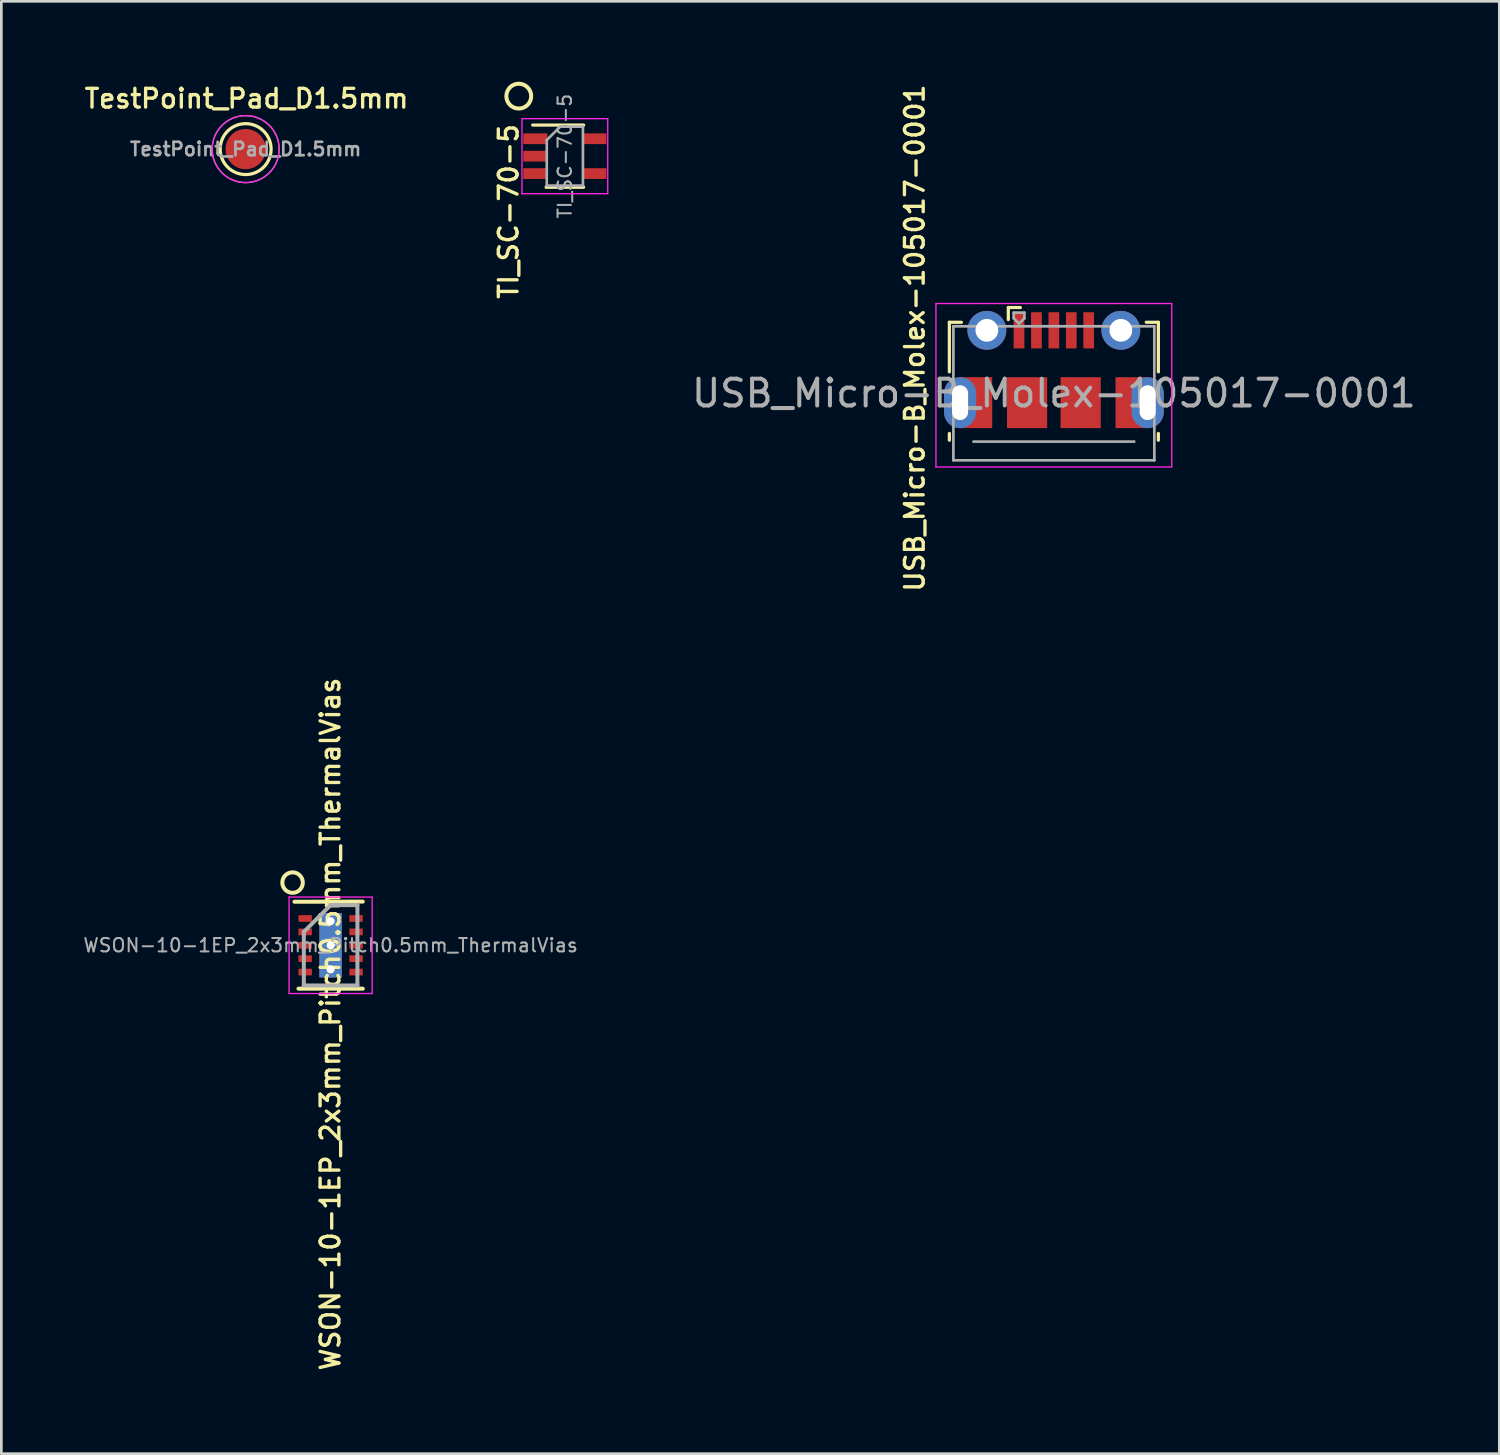
<source format=kicad_pcb>
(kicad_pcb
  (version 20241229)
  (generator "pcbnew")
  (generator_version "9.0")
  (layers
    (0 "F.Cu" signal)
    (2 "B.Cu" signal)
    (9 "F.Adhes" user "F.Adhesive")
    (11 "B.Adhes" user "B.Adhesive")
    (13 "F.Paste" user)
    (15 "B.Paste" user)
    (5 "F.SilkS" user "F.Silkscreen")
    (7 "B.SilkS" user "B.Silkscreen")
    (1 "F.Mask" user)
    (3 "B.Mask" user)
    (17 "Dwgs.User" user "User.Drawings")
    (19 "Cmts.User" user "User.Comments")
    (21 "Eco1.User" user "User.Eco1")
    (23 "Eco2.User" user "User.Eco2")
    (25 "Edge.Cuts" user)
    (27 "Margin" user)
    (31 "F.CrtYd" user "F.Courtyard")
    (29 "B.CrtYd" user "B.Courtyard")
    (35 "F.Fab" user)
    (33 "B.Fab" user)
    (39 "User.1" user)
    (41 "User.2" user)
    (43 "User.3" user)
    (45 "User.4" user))
  (footprint "USB_Micro-B_Molex-105017-0001"
    (layer "F.Cu")
    (at 36.281 11.628)
    (property "Reference" "USB_Micro-B_Molex-105017-0001" (at -5.194 -2.06 270) (layer "F.SilkS") (effects (font (size 0.7 0.7) (thickness 0.125))))
    (attr through_hole)
    (fp_line (start -3.9 -2.65) (end -3.45 -2.65) (stroke (width 0.12) (type solid)) (layer "F.SilkS"))
    (fp_line (start -3.9 -0.8) (end -3.9 -2.65) (stroke (width 0.12) (type solid)) (layer "F.SilkS"))
    (fp_line (start -3.9 1.75) (end -3.9 1.5) (stroke (width 0.12) (type solid)) (layer "F.SilkS"))
    (fp_line (start -1.7 -3.2) (end -1.7 -2.75) (stroke (width 0.12) (type solid)) (layer "F.SilkS"))
    (fp_line (start -1.7 -3.2) (end -1.25 -3.2) (stroke (width 0.12) (type solid)) (layer "F.SilkS"))
    (fp_line (start 3.9 -2.65) (end 3.45 -2.65) (stroke (width 0.12) (type solid)) (layer "F.SilkS"))
    (fp_line (start 3.9 -0.8) (end 3.9 -2.65) (stroke (width 0.12) (type solid)) (layer "F.SilkS"))
    (fp_line (start 3.9 1.75) (end 3.9 1.5) (stroke (width 0.12) (type solid)) (layer "F.SilkS"))
    (fp_line (start -4.4 -3.35) (end 4.4 -3.35) (stroke (width 0.05) (type solid)) (layer "F.CrtYd"))
    (fp_line (start -4.4 2.75) (end -4.4 -3.35) (stroke (width 0.05) (type solid)) (layer "F.CrtYd"))
    (fp_line (start -4.4 2.75) (end 4.4 2.75) (stroke (width 0.05) (type solid)) (layer "F.CrtYd"))
    (fp_line (start 4.4 -3.35) (end 4.4 2.75) (stroke (width 0.05) (type solid)) (layer "F.CrtYd"))
    (fp_line (start -3.75 -2.5) (end 3.75 -2.5) (stroke (width 0.1) (type solid)) (layer "F.Fab"))
    (fp_line (start -3.75 2.5) (end -3.75 -2.5) (stroke (width 0.1) (type solid)) (layer "F.Fab"))
    (fp_line (start -3.75 2.502) (end 3.75 2.502) (stroke (width 0.1) (type solid)) (layer "F.Fab"))
    (fp_line (start -3 1.802) (end 3 1.802) (stroke (width 0.1) (type solid)) (layer "F.Fab"))
    (fp_line (start -1.5 -3.01) (end -1.5 -2.8) (stroke (width 0.1) (type solid)) (layer "F.Fab"))
    (fp_line (start -1.5 -3.01) (end -1.1 -3.01) (stroke (width 0.1) (type solid)) (layer "F.Fab"))
    (fp_line (start -1.3 -2.6) (end -1.5 -2.8) (stroke (width 0.1) (type solid)) (layer "F.Fab"))
    (fp_line (start -1.1 -3.01) (end -1.1 -2.8) (stroke (width 0.1) (type solid)) (layer "F.Fab"))
    (fp_line (start -1.1 -2.8) (end -1.3 -2.6) (stroke (width 0.1) (type solid)) (layer "F.Fab"))
    (fp_line (start 3.75 2.5) (end 3.75 -2.5) (stroke (width 0.1) (type solid)) (layer "F.Fab"))
    (fp_text user "PCB Edge" (at 0 1.8 0) (layer "Eco1.User") (effects (font (size 0.5 0.5) (thickness 0.08))))
    (fp_text user "${REFERENCE}" (at 0 0 0) (layer "F.Fab") (effects (font (size 1 1) (thickness 0.15))))
    (pad "1" smd rect (at -1.3 -2.35) (size 0.4 1.35) (layers "F.Cu" "F.Mask" "F.Paste"))
    (pad "2" smd rect (at -0.65 -2.35) (size 0.4 1.35) (layers "F.Cu" "F.Mask" "F.Paste"))
    (pad "3" smd rect (at 0 -2.35) (size 0.4 1.35) (layers "F.Cu" "F.Mask" "F.Paste"))
    (pad "4" smd rect (at 0.65 -2.35) (size 0.4 1.35) (layers "F.Cu" "F.Mask" "F.Paste"))
    (pad "5" smd rect (at 1.3 -2.35) (size 0.4 1.35) (layers "F.Cu" "F.Mask" "F.Paste"))
    (pad "6" thru_hole oval (at -3.5 0.35 180) (size 1.2 1.9) (drill oval 0.6 1.3) (layers "*.Cu" "*.Mask"))
    (pad "6" smd rect (at -2.9 0.35) (size 1.2 1.9) (layers "F.Cu" "F.Mask"))
    (pad "6" thru_hole circle (at -2.5 -2.35) (size 1.45 1.45) (drill 0.85) (layers "*.Cu" "*.Mask"))
    (pad "6" smd rect (at -1 0.35) (size 1.5 1.9) (layers "F.Cu" "F.Mask" "F.Paste"))
    (pad "6" smd rect (at 1 0.35) (size 1.5 1.9) (layers "F.Cu" "F.Mask" "F.Paste"))
    (pad "6" thru_hole circle (at 2.5 -2.35) (size 1.45 1.45) (drill 0.85) (layers "*.Cu" "*.Mask"))
    (pad "6" smd rect (at 2.9 0.35) (size 1.2 1.9) (layers "F.Cu" "F.Mask"))
    (pad "6" thru_hole oval (at 3.5 0.35) (size 1.2 1.9) (drill oval 0.6 1.3) (layers "*.Cu" "*.Mask")))
  (footprint "TestPoint_Pad_D1.5mm"
    (layer "F.Cu")
    (at 6.118 2.515)
    (property "Reference" "TestPoint_Pad_D1.5mm" (at 0.033 -1.886 0) (layer "F.SilkS") (effects (font (size 0.7 0.7) (thickness 0.125))))
    (attr exclude_from_pos_files exclude_from_bom)
    (fp_circle (center 0 0) (end 0 0.95) (stroke (width 0.12) (type solid)) (fill no) (layer "F.SilkS"))
    (fp_circle (center 0 0) (end 1.25 0) (stroke (width 0.05) (type solid)) (fill no) (layer "F.CrtYd"))
    (fp_circle (center 0 0) (end 1.25 0) (stroke (width 0.05) (type solid)) (fill no) (layer "F.Fab"))
    (fp_text user "${REFERENCE}" (at 0 0 0) (layer "F.Fab") (effects (font (size 0.5 0.5) (thickness 0.1))))
    (pad "1" smd circle (at 0 0) (size 1.5 1.5) (layers "F.Cu" "F.Mask")))
  (footprint "TI_SC-70-5"
    (layer "F.Cu")
    (at 18.031 2.778)
    (property "Reference" "TI_SC-70-5" (at -2.101 2.065 90) (layer "F.SilkS") (effects (font (size 0.7 0.7) (thickness 0.125))))
    (attr smd)
    (fp_line (start -0.7 1.16) (end 0.7 1.16) (stroke (width 0.12) (type solid)) (layer "F.SilkS"))
    (fp_line (start 0.7 -1.16) (end -1.2 -1.16) (stroke (width 0.12) (type solid)) (layer "F.SilkS"))
    (fp_circle (center -1.72 -2.24) (end -1.47 -1.85) (stroke (width 0.15) (type solid)) (fill no) (layer "F.SilkS"))
    (fp_line (start -1.6 -1.4) (end -1.6 1.4) (stroke (width 0.05) (type solid)) (layer "F.CrtYd"))
    (fp_line (start -1.6 -1.4) (end 1.6 -1.4) (stroke (width 0.05) (type solid)) (layer "F.CrtYd"))
    (fp_line (start -1.6 1.4) (end 1.6 1.4) (stroke (width 0.05) (type solid)) (layer "F.CrtYd"))
    (fp_line (start 1.6 1.4) (end 1.6 -1.4) (stroke (width 0.05) (type solid)) (layer "F.CrtYd"))
    (fp_line (start -0.675 -0.6) (end -0.675 1.1) (stroke (width 0.1) (type solid)) (layer "F.Fab"))
    (fp_line (start -0.175 -1.1) (end -0.675 -0.6) (stroke (width 0.1) (type solid)) (layer "F.Fab"))
    (fp_line (start 0.675 -1.1) (end -0.175 -1.1) (stroke (width 0.1) (type solid)) (layer "F.Fab"))
    (fp_line (start 0.675 -1.1) (end 0.675 1.1) (stroke (width 0.1) (type solid)) (layer "F.Fab"))
    (fp_line (start 0.675 1.1) (end -0.675 1.1) (stroke (width 0.1) (type solid)) (layer "F.Fab"))
    (fp_text user "${REFERENCE}" (at 0 0 90) (layer "F.Fab") (effects (font (size 0.5 0.5) (thickness 0.075))))
    (pad "1" smd rect (at -1.1 -0.65) (size 0.9 0.4) (layers "F.Cu" "F.Mask" "F.Paste"))
    (pad "2" smd rect (at -1.1 0) (size 0.9 0.4) (layers "F.Cu" "F.Mask" "F.Paste"))
    (pad "3" smd rect (at -1.1 0.65) (size 0.9 0.4) (layers "F.Cu" "F.Mask" "F.Paste"))
    (pad "4" smd rect (at 1.1 0.65) (size 0.9 0.4) (layers "F.Cu" "F.Mask" "F.Paste"))
    (pad "5" smd rect (at 1.1 -0.65) (size 0.9 0.4) (layers "F.Cu" "F.Mask" "F.Paste")))
  (footprint "WSON-10-1EP_2x3mm_Pitch0.5mm_ThermalVias"
    (layer "F.Cu")
    (at 9.289 32.229)
    (property "Reference" "WSON-10-1EP_2x3mm_Pitch0.5mm_ThermalVias" (at -0.01 2.94 270) (layer "F.SilkS") (effects (font (size 0.7 0.7) (thickness 0.125))))
    (attr smd)
    (fp_line (start -1.35 -1.625) (end 1.2 -1.63) (stroke (width 0.15) (type solid)) (layer "F.SilkS"))
    (fp_line (start -1.2 1.62) (end 1.2 1.62) (stroke (width 0.15) (type solid)) (layer "F.SilkS"))
    (fp_circle (center -1.42 -2.34) (end -1.14 -2.08) (stroke (width 0.15) (type solid)) (fill no) (layer "F.SilkS"))
    (fp_line (start -1.55 -1.8) (end -1.55 1.8) (stroke (width 0.05) (type solid)) (layer "F.CrtYd"))
    (fp_line (start -1.55 -1.8) (end 1.55 -1.8) (stroke (width 0.05) (type solid)) (layer "F.CrtYd"))
    (fp_line (start -1.55 1.8) (end 1.55 1.8) (stroke (width 0.05) (type solid)) (layer "F.CrtYd"))
    (fp_line (start 1.55 -1.8) (end 1.55 1.8) (stroke (width 0.05) (type solid)) (layer "F.CrtYd"))
    (fp_line (start -1 -0.5) (end 0 -1.5) (stroke (width 0.15) (type solid)) (layer "F.Fab"))
    (fp_line (start -1 1.5) (end -1 -0.5) (stroke (width 0.15) (type solid)) (layer "F.Fab"))
    (fp_line (start 0 -1.5) (end 1 -1.5) (stroke (width 0.15) (type solid)) (layer "F.Fab"))
    (fp_line (start 1 -1.5) (end 1 1.5) (stroke (width 0.15) (type solid)) (layer "F.Fab"))
    (fp_line (start 1 1.5) (end -1 1.5) (stroke (width 0.15) (type solid)) (layer "F.Fab"))
    (fp_text user "${REFERENCE}" (at 0 0 0) (layer "F.Fab") (effects (font (size 0.5 0.5) (thickness 0.075))))
    (pad "1" smd rect (at -0.95 -1) (size 0.5 0.25) (layers "F.Cu" "F.Mask" "F.Paste"))
    (pad "2" smd rect (at -0.95 -0.5) (size 0.5 0.25) (layers "F.Cu" "F.Mask" "F.Paste"))
    (pad "3" smd rect (at -0.95 0) (size 0.5 0.25) (layers "F.Cu" "F.Mask" "F.Paste"))
    (pad "4" smd rect (at -0.95 0.5) (size 0.5 0.25) (layers "F.Cu" "F.Mask" "F.Paste"))
    (pad "5" smd rect (at -0.95 1) (size 0.5 0.25) (layers "F.Cu" "F.Mask" "F.Paste"))
    (pad "6" smd rect (at 0.95 1) (size 0.5 0.25) (layers "F.Cu" "F.Mask" "F.Paste"))
    (pad "7" smd rect (at 0.95 0.5) (size 0.5 0.25) (layers "F.Cu" "F.Mask" "F.Paste"))
    (pad "8" smd rect (at 0.95 0) (size 0.5 0.25) (layers "F.Cu" "F.Mask" "F.Paste"))
    (pad "9" smd rect (at 0.95 -0.5) (size 0.5 0.25) (layers "F.Cu" "F.Mask" "F.Paste"))
    (pad "10" smd rect (at 0.95 -1) (size 0.5 0.25) (layers "F.Cu" "F.Mask" "F.Paste"))
    (pad "11" thru_hole circle (at 0 -0.9) (size 0.6 0.6) (drill 0.3) (layers "*.Cu"))
    (pad "11" smd rect (at 0 -0.6) (size 0.84 1.2) (layers "F.Cu" "F.Mask" "F.Paste"))
    (pad "11" thru_hole circle (at 0 0) (size 0.6 0.6) (drill 0.3) (layers "*.Cu"))
    (pad "11" smd rect (at 0 0) (size 0.84 2.4) (layers "B.Cu"))
    (pad "11" smd rect (at 0 0.6) (size 0.84 1.2) (layers "F.Cu" "F.Mask" "F.Paste"))
    (pad "11" thru_hole circle (at 0 0.9) (size 0.6 0.6) (drill 0.3) (layers "*.Cu")))
  (gr_rect
    (start -3 -3)
    (end 52.906 51.203)
    (stroke (width 0.1) (type default))
    (fill no)
    (layer "Edge.Cuts")))
</source>
